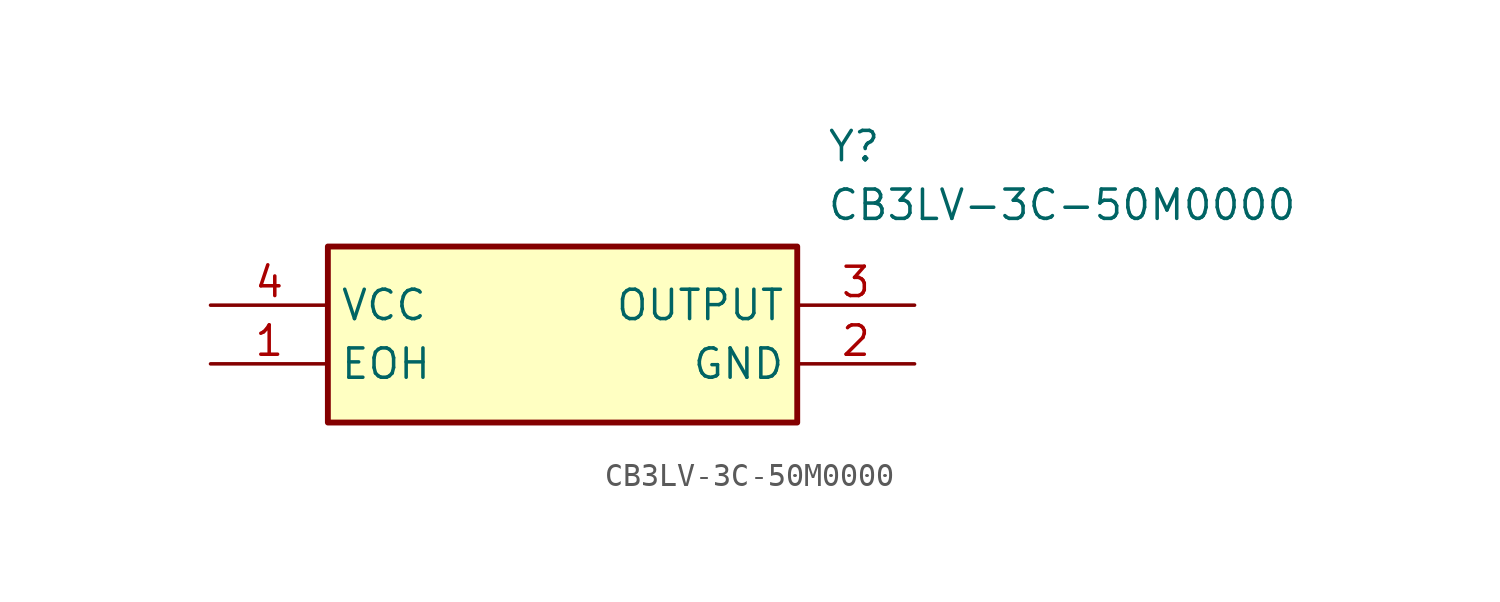
<source format=kicad_sym>
(kicad_symbol_lib
  (version 20211014)
  (generator SamacSys_ECAD_Model)
  (symbol "CB3LV-3C-50M0000"
    (property "Reference" "Y"
      (at 26.67 7.62 0)
      (effects (font (size 1.27 1.27)) (justify left top)))
    (property "Value" "CB3LV-3C-50M0000"
      (at 26.67 5.08 0)
      (effects (font (size 1.27 1.27)) (justify left top)))
    (rectangle
      (start 5.08 2.54)
      (end 25.4 -5.08)
      (stroke (width 0.254) (type default))
      (fill (type background)))
    (pin passive line
      (at 0 -2.54 0)
      (length 5.08)
      (name "EOH" (effects (font (size 1.27 1.27))))
      (number "1" (effects (font (size 1.27 1.27)))))
    (pin passive line
      (at 30.48 -2.54 180)
      (length 5.08)
      (name "GND" (effects (font (size 1.27 1.27))))
      (number "2" (effects (font (size 1.27 1.27)))))
    (pin passive line
      (at 30.48 0 180)
      (length 5.08)
      (name "OUTPUT" (effects (font (size 1.27 1.27))))
      (number "3" (effects (font (size 1.27 1.27)))))
    (pin passive line
      (at 0 0 0)
      (length 5.08)
      (name "VCC" (effects (font (size 1.27 1.27))))
      (number "4" (effects (font (size 1.27 1.27)))))))
</source>
